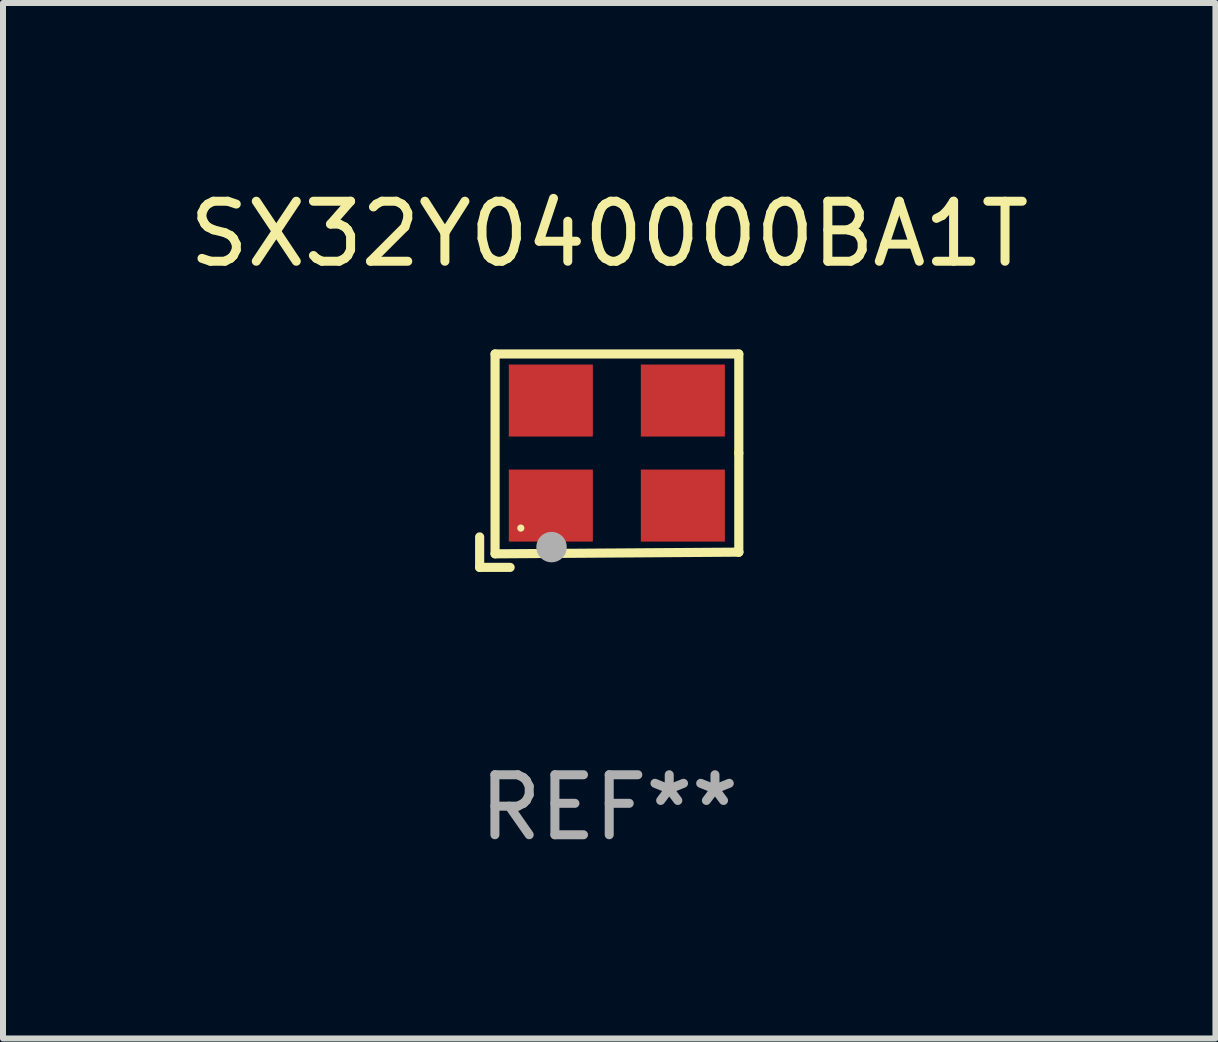
<source format=kicad_pcb>
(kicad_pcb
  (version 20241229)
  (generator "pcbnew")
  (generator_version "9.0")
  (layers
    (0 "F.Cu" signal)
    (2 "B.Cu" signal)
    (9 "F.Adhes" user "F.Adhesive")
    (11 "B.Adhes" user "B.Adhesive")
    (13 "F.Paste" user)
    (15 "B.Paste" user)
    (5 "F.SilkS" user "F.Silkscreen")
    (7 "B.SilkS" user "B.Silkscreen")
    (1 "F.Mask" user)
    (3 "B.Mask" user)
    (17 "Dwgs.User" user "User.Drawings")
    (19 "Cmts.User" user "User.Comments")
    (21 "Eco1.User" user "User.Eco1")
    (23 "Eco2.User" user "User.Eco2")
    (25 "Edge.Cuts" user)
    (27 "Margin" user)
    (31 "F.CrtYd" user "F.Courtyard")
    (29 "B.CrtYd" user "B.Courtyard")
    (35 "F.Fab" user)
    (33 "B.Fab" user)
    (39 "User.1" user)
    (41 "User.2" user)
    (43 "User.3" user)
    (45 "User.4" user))
  (footprint "SX32Y040000BA1T"
    (layer "F.Cu")
    (at 7.101 4.626)
    (property "Reference" "SX32Y040000BA1T" (at 0 -3.778 0) (layer "F.SilkS") (effects (font (size 1 1) (thickness 0.15))))
    (attr through_hole)
    (fp_line (start -2.159 1.27) (end -2.159 1.778) (stroke (width 0.152) (type solid)) (layer "F.SilkS"))
    (fp_line (start -2.159 1.778) (end -1.651 1.778) (stroke (width 0.152) (type solid)) (layer "F.SilkS"))
    (fp_line (start -1.902 -1.778) (end 2.159 -1.778) (stroke (width 0.152) (type solid)) (layer "F.SilkS"))
    (fp_line (start -1.902 1.552) (end -1.902 -1.778) (stroke (width 0.152) (type solid)) (layer "F.SilkS"))
    (fp_line (start 2.159 -1.778) (end 2.159 -0.127) (stroke (width 0.152) (type solid)) (layer "F.SilkS"))
    (fp_line (start 2.159 -0.127) (end 2.159 1.524) (stroke (width 0.152) (type solid)) (layer "F.SilkS"))
    (fp_line (start 2.159 1.524) (end -1.902 1.552) (stroke (width 0.152) (type solid)) (layer "F.SilkS"))
    (fp_line (start 2.159 1.524) (end 2.159 1.524) (stroke (width 0.152) (type solid)) (layer "F.SilkS"))
    (fp_circle (center -1.473 1.123) (end -1.443 1.123) (stroke (width 0.06) (type solid)) (fill no) (layer "F.SilkS"))
    (fp_circle (center -0.961 1.44) (end -0.834 1.44) (stroke (width 0.254) (type solid)) (fill no) (layer "F.Fab"))
    (fp_text user "REF**" (at 0 5.778 0) (layer "F.Fab") (effects (font (size 1 1) (thickness 0.15))))
    (pad "1" smd rect (at -0.973 0.748) (size 1.4 1.2) (layers "F.Cu" "F.Mask" "F.Paste"))
    (pad "2" smd rect (at 1.227 0.748) (size 1.4 1.2) (layers "F.Cu" "F.Mask" "F.Paste"))
    (pad "3" smd rect (at 1.227 -1.002) (size 1.4 1.2) (layers "F.Cu" "F.Mask" "F.Paste"))
    (pad "4" smd rect (at -0.973 -1.002) (size 1.4 1.2) (layers "F.Cu" "F.Mask" "F.Paste")))
  (gr_rect
    (start -3 -3)
    (end 17.202 14.253)
    (stroke (width 0.1) (type default))
    (fill no)
    (layer "Edge.Cuts")))
</source>
